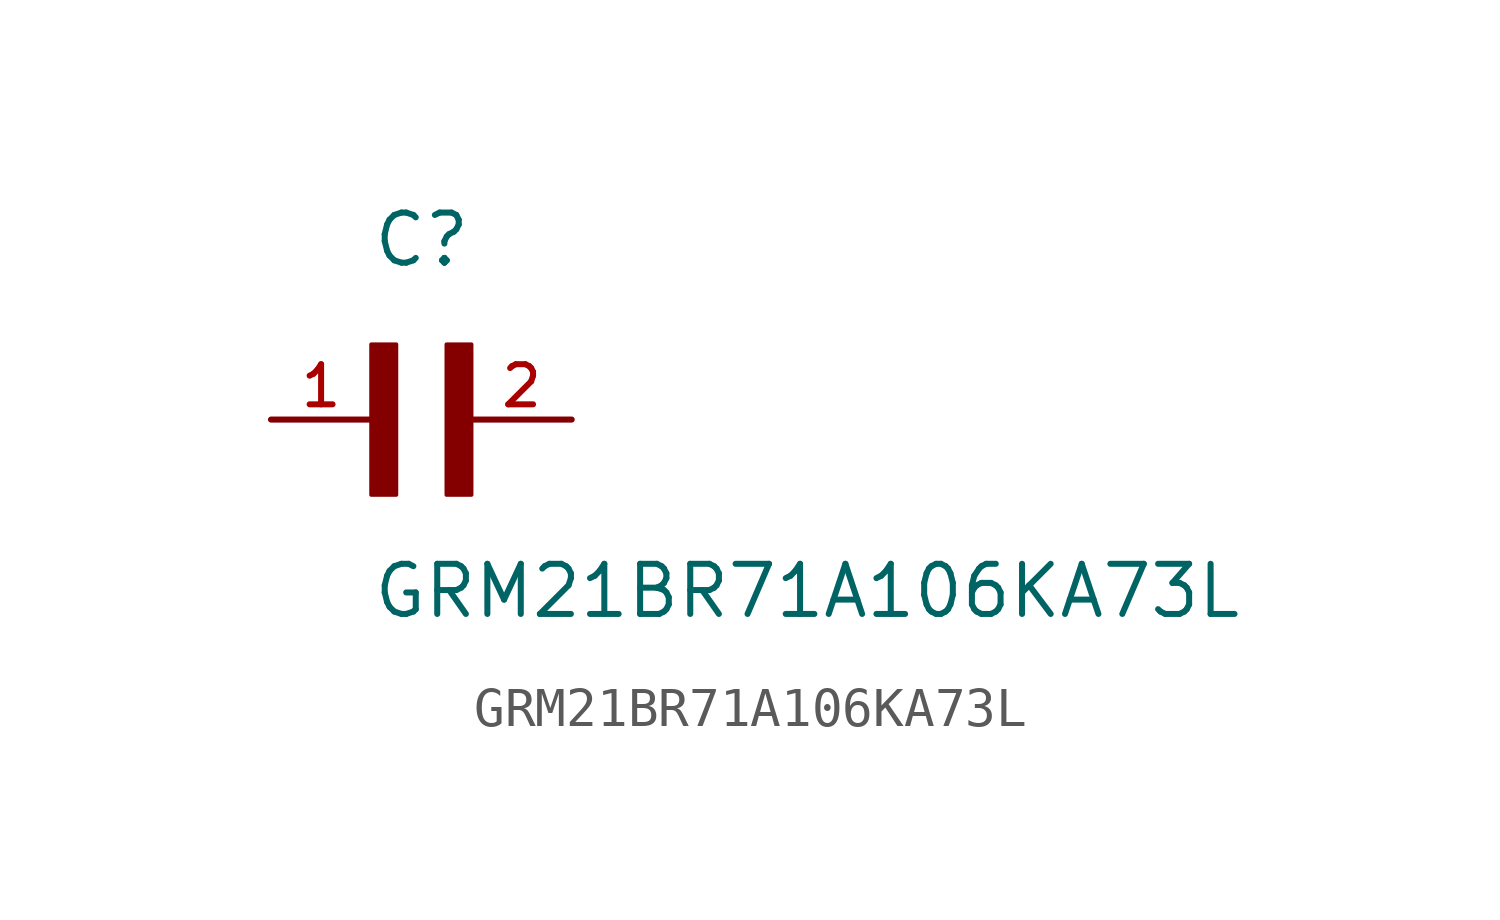
<source format=kicad_sym>
(kicad_symbol_lib
  (version 20211014)
  (generator kicad_symbol_editor)
  (symbol "GRM21BR71A106KA73L"
    (pin_names
      (offset 1.016))
    (property "Reference" "C"
      (at 0.0 3.811 0)
      (effects (font (size 1.27 1.27)) (justify bottom left)))
    (property "Value" "GRM21BR71A106KA73L"
      (at 0.0 -5.088 0)
      (effects (font (size 1.27 1.27)) (justify bottom left)))
    (symbol "GRM21BR71A106KA73L_0_0"
      (rectangle (start 0.0 -1.907) (end 0.635 1.905) (stroke (width 0.1)) (fill (type outline)))
      (rectangle (start 1.907 -1.907) (end 2.54 1.905) (stroke (width 0.1)) (fill (type outline)))
      (pin passive line (at 5.08 0.0 180.0) (length 2.54) (name "~" (effects (font (size 1.016 1.016)))) (number "2" (effects (font (size 1.016 1.016)))))
      (pin passive line (at -2.54 0.0 0) (length 2.54) (name "~" (effects (font (size 1.016 1.016)))) (number "1" (effects (font (size 1.016 1.016))))))))
</source>
